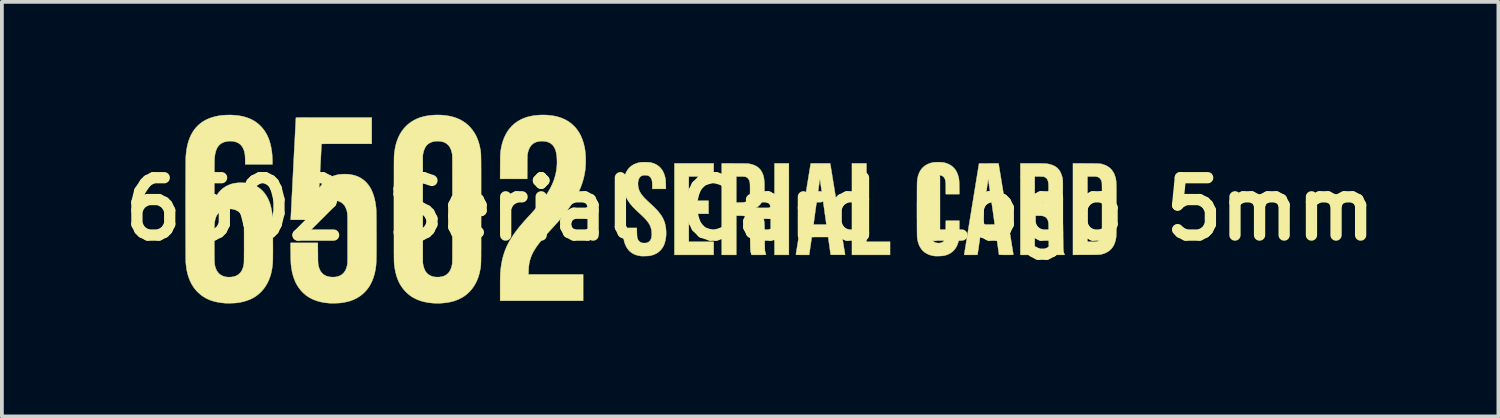
<source format=kicad_pcb>
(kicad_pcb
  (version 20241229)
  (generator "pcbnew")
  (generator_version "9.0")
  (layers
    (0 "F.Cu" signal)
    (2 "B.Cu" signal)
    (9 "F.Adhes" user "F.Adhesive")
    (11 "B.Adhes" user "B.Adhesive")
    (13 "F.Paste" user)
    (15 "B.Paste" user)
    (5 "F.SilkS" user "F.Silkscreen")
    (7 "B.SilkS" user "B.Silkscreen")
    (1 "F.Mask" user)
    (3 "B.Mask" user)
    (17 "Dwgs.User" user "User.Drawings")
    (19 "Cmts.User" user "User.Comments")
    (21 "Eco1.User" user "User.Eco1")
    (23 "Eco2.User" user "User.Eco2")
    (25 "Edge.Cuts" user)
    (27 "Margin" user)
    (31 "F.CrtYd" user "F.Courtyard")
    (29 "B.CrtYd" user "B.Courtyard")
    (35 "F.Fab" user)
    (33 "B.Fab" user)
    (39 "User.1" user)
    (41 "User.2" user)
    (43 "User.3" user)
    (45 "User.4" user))
  (footprint "6502 Serial Card Logo 5mm"
    (layer "F.Cu")
    (at 16.88 2.506)
    (property "Reference" "6502 Serial Card Logo 5mm" (at 0 0 0) (layer "F.SilkS") (effects (font (size 1.524 1.524) (thickness 0.3))))
    (attr through_hole)
    (fp_poly (pts (xy 1.029 1.215) (xy 0.648 1.215) (xy 0.648 -1.215) (xy 1.029 -1.215) (xy 1.029 1.215)) (stroke (width 0.01) (type solid)) (fill yes) (layer "F.SilkS"))
    (fp_poly (pts (xy 3.09 0.868) (xy 3.717 0.868) (xy 3.717 1.215) (xy 2.705 1.215) (xy 2.705 -1.215) (xy 3.09 -1.215) (xy 3.09 0.868)) (stroke (width 0.01) (type solid)) (fill yes) (layer "F.SilkS"))
    (fp_poly (pts (xy -0.969 -0.868) (xy -1.63 -0.868) (xy -1.63 -0.224) (xy -1.105 -0.224) (xy -1.105 0.123) (xy -1.63 0.123) (xy -1.63 0.868) (xy -0.969 0.868) (xy -0.969 1.215) (xy -2.011 1.215) (xy -2.011 -1.215) (xy -0.969 -1.215) (xy -0.969 -0.868)) (stroke (width 0.01) (type solid)) (fill yes) (layer "F.SilkS"))
    (fp_poly (pts (xy 2.324 -0.007) (xy 2.34 0.093) (xy 2.356 0.19) (xy 2.372 0.286) (xy 2.387 0.378) (xy 2.401 0.468) (xy 2.415 0.554) (xy 2.429 0.636) (xy 2.441 0.714) (xy 2.453 0.788) (xy 2.465 0.856) (xy 2.475 0.92) (xy 2.484 0.978) (xy 2.493 1.031) (xy 2.501 1.077) (xy 2.507 1.117) (xy 2.513 1.15) (xy 2.517 1.176) (xy 2.52 1.194) (xy 2.522 1.205) (xy 2.522 1.208) (xy 2.522 1.209) (xy 2.521 1.211) (xy 2.518 1.212) (xy 2.512 1.213) (xy 2.502 1.214) (xy 2.489 1.214) (xy 2.47 1.214) (xy 2.446 1.214) (xy 2.415 1.214) (xy 2.378 1.214) (xy 2.333 1.214) (xy 2.332 1.214) (xy 2.14 1.213) (xy 2.073 0.741) (xy 1.856 0.741) (xy 1.805 0.741) (xy 1.763 0.741) (xy 1.727 0.741) (xy 1.699 0.742) (xy 1.676 0.742) (xy 1.66 0.743) (xy 1.648 0.744) (xy 1.641 0.745) (xy 1.638 0.746) (xy 1.637 0.746) (xy 1.636 0.751) (xy 1.634 0.764) (xy 1.631 0.783) (xy 1.627 0.809) (xy 1.623 0.84) (xy 1.618 0.875) (xy 1.612 0.914) (xy 1.606 0.956) (xy 1.602 0.983) (xy 1.568 1.215) (xy 1.392 1.215) (xy 1.354 1.215) (xy 1.319 1.215) (xy 1.288 1.214) (xy 1.261 1.214) (xy 1.239 1.214) (xy 1.224 1.213) (xy 1.216 1.212) (xy 1.215 1.212) (xy 1.216 1.208) (xy 1.218 1.195) (xy 1.221 1.175) (xy 1.225 1.148) (xy 1.231 1.113) (xy 1.238 1.072) (xy 1.245 1.025) (xy 1.254 0.971) (xy 1.264 0.912) (xy 1.274 0.847) (xy 1.285 0.777) (xy 1.298 0.703) (xy 1.31 0.624) (xy 1.324 0.541) (xy 1.338 0.454) (xy 1.345 0.411) (xy 1.685 0.411) (xy 2.026 0.411) (xy 2.017 0.344) (xy 2.012 0.305) (xy 2.005 0.26) (xy 1.999 0.212) (xy 1.991 0.16) (xy 1.983 0.104) (xy 1.975 0.046) (xy 1.967 -0.014) (xy 1.958 -0.075) (xy 1.949 -0.137) (xy 1.94 -0.199) (xy 1.932 -0.262) (xy 1.923 -0.323) (xy 1.914 -0.383) (xy 1.906 -0.441) (xy 1.898 -0.497) (xy 1.891 -0.549) (xy 1.884 -0.598) (xy 1.877 -0.643) (xy 1.872 -0.683) (xy 1.867 -0.717) (xy 1.862 -0.746) (xy 1.859 -0.768) (xy 1.857 -0.783) (xy 1.856 -0.791) (xy 1.856 -0.791) (xy 1.852 -0.791) (xy 1.851 -0.79) (xy 1.851 -0.786) (xy 1.849 -0.774) (xy 1.846 -0.754) (xy 1.842 -0.728) (xy 1.837 -0.696) (xy 1.832 -0.658) (xy 1.826 -0.616) (xy 1.819 -0.569) (xy 1.812 -0.518) (xy 1.804 -0.464) (xy 1.796 -0.408) (xy 1.788 -0.349) (xy 1.78 -0.289) (xy 1.771 -0.228) (xy 1.763 -0.167) (xy 1.754 -0.106) (xy 1.746 -0.046) (xy 1.737 0.013) (xy 1.73 0.07) (xy 1.722 0.124) (xy 1.715 0.175) (xy 1.709 0.223) (xy 1.703 0.266) (xy 1.698 0.304) (xy 1.693 0.336) (xy 1.69 0.363) (xy 1.687 0.383) (xy 1.685 0.396) (xy 1.685 0.401) (xy 1.685 0.411) (xy 1.345 0.411) (xy 1.353 0.364) (xy 1.368 0.271) (xy 1.383 0.175) (xy 1.399 0.076) (xy 1.412 -0.000273) (xy 1.428 -0.1) (xy 1.444 -0.198) (xy 1.46 -0.293) (xy 1.475 -0.386) (xy 1.489 -0.475) (xy 1.503 -0.561) (xy 1.516 -0.643) (xy 1.529 -0.721) (xy 1.541 -0.795) (xy 1.552 -0.863) (xy 1.562 -0.927) (xy 1.572 -0.985) (xy 1.58 -1.037) (xy 1.588 -1.083) (xy 1.594 -1.123) (xy 1.6 -1.155) (xy 1.604 -1.181) (xy 1.607 -1.199) (xy 1.608 -1.21) (xy 1.609 -1.212) (xy 1.613 -1.213) (xy 1.625 -1.213) (xy 1.644 -1.214) (xy 1.669 -1.214) (xy 1.699 -1.214) (xy 1.735 -1.215) (xy 1.775 -1.215) (xy 1.818 -1.215) (xy 1.864 -1.215) (xy 2.127 -1.215) (xy 2.324 -0.007)) (stroke (width 0.01) (type solid)) (fill yes) (layer "F.SilkS"))
    (fp_poly (pts (xy 8.925 -1.214) (xy 8.99 -1.213) (xy 9.046 -1.213) (xy 9.096 -1.213) (xy 9.139 -1.212) (xy 9.176 -1.212) (xy 9.208 -1.211) (xy 9.235 -1.211) (xy 9.259 -1.209) (xy 9.278 -1.208) (xy 9.295 -1.207) (xy 9.31 -1.205) (xy 9.324 -1.202) (xy 9.336 -1.2) (xy 9.349 -1.196) (xy 9.362 -1.193) (xy 9.376 -1.188) (xy 9.385 -1.185) (xy 9.446 -1.163) (xy 9.501 -1.134) (xy 9.55 -1.098) (xy 9.594 -1.057) (xy 9.631 -1.009) (xy 9.663 -0.956) (xy 9.664 -0.955) (xy 9.674 -0.933) (xy 9.684 -0.905) (xy 9.695 -0.875) (xy 9.704 -0.845) (xy 9.711 -0.817) (xy 9.713 -0.809) (xy 9.715 -0.798) (xy 9.717 -0.787) (xy 9.719 -0.777) (xy 9.721 -0.767) (xy 9.722 -0.755) (xy 9.723 -0.743) (xy 9.725 -0.73) (xy 9.726 -0.714) (xy 9.727 -0.696) (xy 9.727 -0.675) (xy 9.728 -0.652) (xy 9.729 -0.624) (xy 9.729 -0.593) (xy 9.729 -0.557) (xy 9.73 -0.516) (xy 9.73 -0.47) (xy 9.73 -0.419) (xy 9.73 -0.361) (xy 9.73 -0.297) (xy 9.73 -0.225) (xy 9.73 -0.147) (xy 9.73 -0.061) (xy 9.73 0) (xy 9.73 0.092) (xy 9.73 0.175) (xy 9.73 0.251) (xy 9.73 0.32) (xy 9.73 0.382) (xy 9.73 0.437) (xy 9.73 0.487) (xy 9.73 0.531) (xy 9.729 0.57) (xy 9.729 0.604) (xy 9.728 0.634) (xy 9.728 0.66) (xy 9.727 0.683) (xy 9.726 0.703) (xy 9.725 0.72) (xy 9.724 0.735) (xy 9.723 0.748) (xy 9.722 0.759) (xy 9.72 0.77) (xy 9.718 0.781) (xy 9.716 0.791) (xy 9.714 0.801) (xy 9.713 0.809) (xy 9.707 0.834) (xy 9.698 0.863) (xy 9.688 0.894) (xy 9.677 0.923) (xy 9.667 0.947) (xy 9.664 0.955) (xy 9.632 1.008) (xy 9.595 1.056) (xy 9.551 1.097) (xy 9.502 1.133) (xy 9.447 1.162) (xy 9.387 1.185) (xy 9.385 1.185) (xy 9.37 1.19) (xy 9.357 1.194) (xy 9.344 1.198) (xy 9.332 1.201) (xy 9.319 1.203) (xy 9.305 1.205) (xy 9.29 1.207) (xy 9.272 1.209) (xy 9.251 1.21) (xy 9.226 1.211) (xy 9.197 1.212) (xy 9.164 1.212) (xy 9.124 1.213) (xy 9.079 1.213) (xy 9.027 1.213) (xy 8.967 1.214) (xy 8.925 1.214) (xy 8.577 1.215) (xy 8.577 -0.868) (xy 8.962 -0.868) (xy 8.962 0.868) (xy 9.075 0.868) (xy 9.112 0.868) (xy 9.141 0.867) (xy 9.165 0.867) (xy 9.183 0.866) (xy 9.197 0.864) (xy 9.208 0.862) (xy 9.213 0.861) (xy 9.248 0.849) (xy 9.278 0.832) (xy 9.301 0.809) (xy 9.32 0.78) (xy 9.335 0.745) (xy 9.342 0.717) (xy 9.343 0.713) (xy 9.344 0.707) (xy 9.345 0.701) (xy 9.345 0.693) (xy 9.346 0.683) (xy 9.346 0.671) (xy 9.347 0.657) (xy 9.347 0.639) (xy 9.348 0.618) (xy 9.348 0.593) (xy 9.348 0.564) (xy 9.349 0.53) (xy 9.349 0.491) (xy 9.349 0.446) (xy 9.349 0.396) (xy 9.349 0.34) (xy 9.349 0.277) (xy 9.349 0.206) (xy 9.349 0.129) (xy 9.349 0.043) (xy 9.349 0) (xy 9.349 -0.089) (xy 9.349 -0.171) (xy 9.349 -0.244) (xy 9.349 -0.311) (xy 9.349 -0.371) (xy 9.349 -0.424) (xy 9.349 -0.471) (xy 9.349 -0.512) (xy 9.349 -0.548) (xy 9.348 -0.58) (xy 9.348 -0.607) (xy 9.348 -0.629) (xy 9.347 -0.649) (xy 9.347 -0.665) (xy 9.346 -0.678) (xy 9.346 -0.688) (xy 9.345 -0.697) (xy 9.344 -0.704) (xy 9.343 -0.71) (xy 9.342 -0.715) (xy 9.342 -0.717) (xy 9.33 -0.758) (xy 9.314 -0.791) (xy 9.294 -0.817) (xy 9.268 -0.838) (xy 9.237 -0.854) (xy 9.213 -0.861) (xy 9.203 -0.863) (xy 9.19 -0.865) (xy 9.174 -0.866) (xy 9.153 -0.867) (xy 9.127 -0.868) (xy 9.094 -0.868) (xy 9.075 -0.868) (xy 8.962 -0.868) (xy 8.577 -0.868) (xy 8.577 -1.215) (xy 8.925 -1.214)) (stroke (width 0.01) (type solid)) (fill yes) (layer "F.SilkS"))
    (fp_poly (pts (xy -0.41 -1.214) (xy -0.347 -1.213) (xy -0.293 -1.213) (xy -0.246 -1.213) (xy -0.205 -1.213) (xy -0.171 -1.212) (xy -0.141 -1.212) (xy -0.117 -1.211) (xy -0.096 -1.211) (xy -0.08 -1.21) (xy -0.066 -1.209) (xy -0.054 -1.208) (xy -0.044 -1.207) (xy -0.035 -1.206) (xy -0.026 -1.205) (xy -0.019 -1.203) (xy 0.047 -1.188) (xy 0.105 -1.168) (xy 0.158 -1.143) (xy 0.203 -1.114) (xy 0.243 -1.079) (xy 0.278 -1.039) (xy 0.307 -0.994) (xy 0.315 -0.978) (xy 0.331 -0.943) (xy 0.345 -0.908) (xy 0.356 -0.87) (xy 0.365 -0.83) (xy 0.371 -0.786) (xy 0.376 -0.738) (xy 0.379 -0.684) (xy 0.38 -0.624) (xy 0.38 -0.557) (xy 0.38 -0.54) (xy 0.378 -0.488) (xy 0.377 -0.444) (xy 0.375 -0.408) (xy 0.372 -0.38) (xy 0.37 -0.369) (xy 0.357 -0.305) (xy 0.338 -0.247) (xy 0.314 -0.194) (xy 0.285 -0.147) (xy 0.25 -0.106) (xy 0.211 -0.072) (xy 0.167 -0.045) (xy 0.158 -0.04) (xy 0.142 -0.032) (xy 0.133 -0.026) (xy 0.132 -0.022) (xy 0.138 -0.019) (xy 0.141 -0.018) (xy 0.149 -0.015) (xy 0.162 -0.009) (xy 0.178 -0.002) (xy 0.188 0.004) (xy 0.21 0.015) (xy 0.228 0.027) (xy 0.245 0.042) (xy 0.261 0.057) (xy 0.287 0.086) (xy 0.309 0.117) (xy 0.327 0.153) (xy 0.343 0.193) (xy 0.356 0.238) (xy 0.367 0.291) (xy 0.375 0.343) (xy 0.377 0.354) (xy 0.378 0.367) (xy 0.379 0.384) (xy 0.38 0.404) (xy 0.381 0.429) (xy 0.381 0.458) (xy 0.382 0.493) (xy 0.383 0.533) (xy 0.384 0.58) (xy 0.384 0.634) (xy 0.385 0.695) (xy 0.385 0.739) (xy 0.386 0.794) (xy 0.387 0.847) (xy 0.387 0.897) (xy 0.388 0.943) (xy 0.389 0.985) (xy 0.39 1.022) (xy 0.39 1.053) (xy 0.391 1.078) (xy 0.392 1.095) (xy 0.393 1.105) (xy 0.393 1.107) (xy 0.399 1.133) (xy 0.405 1.158) (xy 0.411 1.18) (xy 0.417 1.195) (xy 0.421 1.205) (xy 0.423 1.212) (xy 0.423 1.213) (xy 0.419 1.213) (xy 0.408 1.214) (xy 0.389 1.214) (xy 0.365 1.214) (xy 0.335 1.215) (xy 0.301 1.215) (xy 0.264 1.215) (xy 0.23 1.215) (xy 0.036 1.215) (xy 0.026 1.18) (xy 0.021 1.161) (xy 0.016 1.141) (xy 0.013 1.126) (xy 0.012 1.124) (xy 0.01 1.11) (xy 0.008 1.087) (xy 0.007 1.057) (xy 0.005 1.02) (xy 0.004 0.975) (xy 0.003 0.925) (xy 0.002 0.868) (xy 0.001 0.805) (xy 0.000411 0.737) (xy 0.000167 0.664) (xy 0.000146 0.646) (xy 0.000066 0.589) (xy -0.000114 0.54) (xy -0.000442 0.498) (xy -0.001 0.462) (xy -0.002 0.431) (xy -0.003 0.406) (xy -0.004 0.384) (xy -0.006 0.366) (xy -0.008 0.35) (xy -0.011 0.336) (xy -0.014 0.323) (xy -0.017 0.31) (xy -0.021 0.299) (xy -0.037 0.264) (xy -0.058 0.234) (xy -0.085 0.211) (xy -0.119 0.194) (xy -0.159 0.182) (xy -0.18 0.178) (xy -0.195 0.177) (xy -0.216 0.175) (xy -0.242 0.174) (xy -0.27 0.174) (xy -0.29 0.174) (xy -0.368 0.174) (xy -0.368 1.215) (xy -0.754 1.215) (xy -0.754 -0.868) (xy -0.368 -0.868) (xy -0.368 -0.173) (xy -0.27 -0.175) (xy -0.233 -0.176) (xy -0.204 -0.177) (xy -0.181 -0.178) (xy -0.163 -0.18) (xy -0.15 -0.183) (xy -0.146 -0.184) (xy -0.109 -0.198) (xy -0.078 -0.217) (xy -0.052 -0.243) (xy -0.032 -0.274) (xy -0.017 -0.313) (xy -0.01 -0.339) (xy -0.008 -0.349) (xy -0.006 -0.361) (xy -0.005 -0.374) (xy -0.004 -0.39) (xy -0.003 -0.409) (xy -0.003 -0.434) (xy -0.002 -0.464) (xy -0.002 -0.501) (xy -0.002 -0.525) (xy -0.002 -0.567) (xy -0.003 -0.601) (xy -0.003 -0.629) (xy -0.004 -0.651) (xy -0.004 -0.669) (xy -0.006 -0.684) (xy -0.007 -0.697) (xy -0.009 -0.709) (xy -0.01 -0.713) (xy -0.021 -0.755) (xy -0.037 -0.79) (xy -0.057 -0.818) (xy -0.082 -0.839) (xy -0.099 -0.849) (xy -0.112 -0.854) (xy -0.125 -0.859) (xy -0.14 -0.862) (xy -0.157 -0.865) (xy -0.179 -0.866) (xy -0.206 -0.867) (xy -0.239 -0.868) (xy -0.267 -0.868) (xy -0.368 -0.868) (xy -0.754 -0.868) (xy -0.754 -1.215) (xy -0.41 -1.214)) (stroke (width 0.01) (type solid)) (fill yes) (layer "F.SilkS"))
    (fp_poly (pts (xy -5.364 -2.496) (xy -5.271 -2.485) (xy -5.181 -2.47) (xy -5.164 -2.466) (xy -5.072 -2.442) (xy -4.985 -2.41) (xy -4.904 -2.373) (xy -4.829 -2.329) (xy -4.758 -2.278) (xy -4.694 -2.221) (xy -4.634 -2.158) (xy -4.581 -2.089) (xy -4.533 -2.014) (xy -4.492 -1.933) (xy -4.456 -1.846) (xy -4.426 -1.754) (xy -4.402 -1.655) (xy -4.392 -1.603) (xy -4.379 -1.51) (xy -4.371 -1.413) (xy -4.368 -1.313) (xy -4.369 -1.213) (xy -4.375 -1.115) (xy -4.385 -1.02) (xy -4.39 -0.989) (xy -4.41 -0.882) (xy -4.436 -0.776) (xy -4.469 -0.671) (xy -4.508 -0.567) (xy -4.553 -0.463) (xy -4.606 -0.359) (xy -4.666 -0.253) (xy -4.733 -0.146) (xy -4.808 -0.037) (xy -4.835 0.001) (xy -4.879 0.059) (xy -4.923 0.117) (xy -4.969 0.174) (xy -5.017 0.233) (xy -5.068 0.294) (xy -5.124 0.357) (xy -5.184 0.424) (xy -5.249 0.496) (xy -5.283 0.533) (xy -5.331 0.585) (xy -5.373 0.631) (xy -5.411 0.673) (xy -5.445 0.711) (xy -5.475 0.746) (xy -5.504 0.778) (xy -5.53 0.81) (xy -5.555 0.84) (xy -5.579 0.871) (xy -5.599 0.896) (xy -5.653 0.967) (xy -5.7 1.036) (xy -5.741 1.101) (xy -5.776 1.165) (xy -5.805 1.228) (xy -5.83 1.291) (xy -5.85 1.355) (xy -5.865 1.421) (xy -5.867 1.429) (xy -5.872 1.458) (xy -5.877 1.488) (xy -5.88 1.519) (xy -5.883 1.553) (xy -5.885 1.591) (xy -5.887 1.637) (xy -5.887 1.644) (xy -5.89 1.736) (xy -4.437 1.736) (xy -4.437 2.434) (xy -6.642 2.434) (xy -6.642 2.105) (xy -6.642 2.037) (xy -6.642 1.976) (xy -6.642 1.923) (xy -6.641 1.875) (xy -6.641 1.833) (xy -6.64 1.796) (xy -6.639 1.763) (xy -6.638 1.733) (xy -6.637 1.705) (xy -6.635 1.68) (xy -6.633 1.655) (xy -6.631 1.63) (xy -6.628 1.605) (xy -6.627 1.594) (xy -6.609 1.465) (xy -6.585 1.341) (xy -6.554 1.223) (xy -6.516 1.11) (xy -6.472 1.002) (xy -6.422 0.899) (xy -6.411 0.88) (xy -6.373 0.814) (xy -6.333 0.749) (xy -6.29 0.684) (xy -6.243 0.618) (xy -6.193 0.551) (xy -6.138 0.482) (xy -6.079 0.41) (xy -6.014 0.335) (xy -5.944 0.256) (xy -5.893 0.201) (xy -5.814 0.115) (xy -5.742 0.035) (xy -5.676 -0.042) (xy -5.615 -0.114) (xy -5.559 -0.183) (xy -5.508 -0.249) (xy -5.462 -0.313) (xy -5.419 -0.374) (xy -5.38 -0.434) (xy -5.345 -0.493) (xy -5.312 -0.551) (xy -5.298 -0.578) (xy -5.249 -0.68) (xy -5.209 -0.784) (xy -5.177 -0.889) (xy -5.154 -0.996) (xy -5.138 -1.104) (xy -5.131 -1.214) (xy -5.131 -1.251) (xy -5.133 -1.333) (xy -5.138 -1.407) (xy -5.148 -1.474) (xy -5.161 -1.534) (xy -5.178 -1.588) (xy -5.2 -1.635) (xy -5.226 -1.676) (xy -5.256 -1.711) (xy -5.291 -1.74) (xy -5.33 -1.764) (xy -5.359 -1.777) (xy -5.407 -1.792) (xy -5.458 -1.802) (xy -5.512 -1.806) (xy -5.566 -1.805) (xy -5.618 -1.798) (xy -5.668 -1.787) (xy -5.714 -1.77) (xy -5.728 -1.763) (xy -5.769 -1.737) (xy -5.806 -1.705) (xy -5.837 -1.667) (xy -5.863 -1.623) (xy -5.885 -1.573) (xy -5.902 -1.515) (xy -5.911 -1.475) (xy -5.912 -1.466) (xy -5.914 -1.457) (xy -5.915 -1.447) (xy -5.916 -1.436) (xy -5.917 -1.424) (xy -5.918 -1.408) (xy -5.918 -1.39) (xy -5.919 -1.367) (xy -5.919 -1.34) (xy -5.92 -1.308) (xy -5.92 -1.27) (xy -5.921 -1.225) (xy -5.921 -1.173) (xy -5.921 -1.117) (xy -5.923 -0.804) (xy -6.643 -0.804) (xy -6.641 -1.131) (xy -6.641 -1.195) (xy -6.64 -1.25) (xy -6.64 -1.299) (xy -6.639 -1.341) (xy -6.639 -1.378) (xy -6.638 -1.41) (xy -6.637 -1.439) (xy -6.636 -1.463) (xy -6.634 -1.486) (xy -6.633 -1.506) (xy -6.63 -1.526) (xy -6.628 -1.545) (xy -6.625 -1.564) (xy -6.621 -1.585) (xy -6.617 -1.608) (xy -6.615 -1.623) (xy -6.593 -1.723) (xy -6.565 -1.817) (xy -6.531 -1.905) (xy -6.491 -1.988) (xy -6.446 -2.065) (xy -6.394 -2.136) (xy -6.337 -2.201) (xy -6.274 -2.26) (xy -6.205 -2.313) (xy -6.131 -2.359) (xy -6.052 -2.399) (xy -5.967 -2.432) (xy -5.915 -2.449) (xy -5.831 -2.469) (xy -5.743 -2.485) (xy -5.65 -2.495) (xy -5.555 -2.501) (xy -5.459 -2.501) (xy -5.364 -2.496)) (stroke (width 0.01) (type solid)) (fill yes) (layer "F.SilkS"))
    (fp_poly (pts (xy -2.792 -1.247) (xy -2.75 -1.246) (xy -2.716 -1.245) (xy -2.686 -1.243) (xy -2.66 -1.24) (xy -2.636 -1.236) (xy -2.613 -1.23) (xy -2.588 -1.223) (xy -2.58 -1.221) (xy -2.521 -1.198) (xy -2.467 -1.168) (xy -2.419 -1.132) (xy -2.376 -1.089) (xy -2.339 -1.041) (xy -2.308 -0.986) (xy -2.282 -0.925) (xy -2.278 -0.911) (xy -2.268 -0.879) (xy -2.26 -0.849) (xy -2.253 -0.819) (xy -2.248 -0.788) (xy -2.245 -0.754) (xy -2.243 -0.716) (xy -2.241 -0.672) (xy -2.241 -0.649) (xy -2.238 -0.538) (xy -2.599 -0.538) (xy -2.599 -0.619) (xy -2.6 -0.667) (xy -2.602 -0.708) (xy -2.606 -0.743) (xy -2.612 -0.772) (xy -2.62 -0.796) (xy -2.624 -0.807) (xy -2.643 -0.839) (xy -2.666 -0.864) (xy -2.693 -0.882) (xy -2.726 -0.894) (xy -2.764 -0.9) (xy -2.801 -0.901) (xy -2.835 -0.898) (xy -2.862 -0.892) (xy -2.886 -0.883) (xy -2.907 -0.869) (xy -2.917 -0.861) (xy -2.938 -0.837) (xy -2.955 -0.806) (xy -2.968 -0.77) (xy -2.976 -0.729) (xy -2.98 -0.686) (xy -2.979 -0.64) (xy -2.974 -0.596) (xy -2.966 -0.559) (xy -2.956 -0.523) (xy -2.943 -0.489) (xy -2.926 -0.454) (xy -2.906 -0.419) (xy -2.881 -0.384) (xy -2.852 -0.347) (xy -2.817 -0.307) (xy -2.777 -0.266) (xy -2.731 -0.221) (xy -2.679 -0.172) (xy -2.642 -0.138) (xy -2.576 -0.077) (xy -2.517 -0.019) (xy -2.465 0.036) (xy -2.42 0.089) (xy -2.38 0.141) (xy -2.346 0.191) (xy -2.318 0.242) (xy -2.294 0.293) (xy -2.274 0.345) (xy -2.259 0.399) (xy -2.251 0.436) (xy -2.238 0.517) (xy -2.232 0.598) (xy -2.232 0.678) (xy -2.239 0.756) (xy -2.252 0.832) (xy -2.271 0.902) (xy -2.272 0.906) (xy -2.292 0.959) (xy -2.317 1.006) (xy -2.346 1.05) (xy -2.381 1.091) (xy -2.381 1.092) (xy -2.423 1.131) (xy -2.468 1.165) (xy -2.518 1.192) (xy -2.572 1.214) (xy -2.633 1.232) (xy -2.654 1.237) (xy -2.671 1.24) (xy -2.688 1.242) (xy -2.709 1.244) (xy -2.733 1.245) (xy -2.763 1.246) (xy -2.792 1.247) (xy -2.82 1.247) (xy -2.846 1.247) (xy -2.869 1.247) (xy -2.886 1.247) (xy -2.897 1.247) (xy -2.9 1.246) (xy -2.909 1.245) (xy -2.923 1.242) (xy -2.941 1.239) (xy -2.95 1.238) (xy -3.015 1.223) (xy -3.075 1.201) (xy -3.129 1.173) (xy -3.179 1.138) (xy -3.222 1.096) (xy -3.261 1.048) (xy -3.294 0.994) (xy -3.321 0.934) (xy -3.342 0.87) (xy -3.349 0.843) (xy -3.354 0.817) (xy -3.359 0.79) (xy -3.362 0.761) (xy -3.365 0.729) (xy -3.367 0.692) (xy -3.368 0.649) (xy -3.369 0.621) (xy -3.371 0.5) (xy -3.011 0.5) (xy -3.009 0.613) (xy -3.007 0.658) (xy -3.006 0.695) (xy -3.004 0.724) (xy -3.001 0.744) (xy -3 0.751) (xy -2.989 0.789) (xy -2.975 0.82) (xy -2.958 0.844) (xy -2.937 0.865) (xy -2.91 0.881) (xy -2.9 0.886) (xy -2.886 0.892) (xy -2.874 0.896) (xy -2.86 0.899) (xy -2.842 0.9) (xy -2.827 0.901) (xy -2.799 0.901) (xy -2.774 0.9) (xy -2.756 0.898) (xy -2.719 0.886) (xy -2.688 0.867) (xy -2.662 0.842) (xy -2.642 0.812) (xy -2.627 0.774) (xy -2.623 0.755) (xy -2.615 0.697) (xy -2.614 0.636) (xy -2.619 0.576) (xy -2.631 0.516) (xy -2.649 0.46) (xy -2.672 0.411) (xy -2.697 0.37) (xy -2.73 0.325) (xy -2.769 0.277) (xy -2.816 0.228) (xy -2.869 0.176) (xy -2.889 0.157) (xy -2.941 0.11) (xy -2.986 0.068) (xy -3.026 0.03) (xy -3.061 -0.004) (xy -3.092 -0.036) (xy -3.12 -0.065) (xy -3.144 -0.093) (xy -3.167 -0.119) (xy -3.188 -0.145) (xy -3.208 -0.172) (xy -3.227 -0.2) (xy -3.235 -0.212) (xy -3.275 -0.278) (xy -3.306 -0.345) (xy -3.331 -0.416) (xy -3.348 -0.49) (xy -3.358 -0.568) (xy -3.361 -0.647) (xy -3.358 -0.727) (xy -3.35 -0.802) (xy -3.335 -0.87) (xy -3.315 -0.933) (xy -3.288 -0.991) (xy -3.256 -1.043) (xy -3.217 -1.091) (xy -3.187 -1.121) (xy -3.145 -1.154) (xy -3.099 -1.183) (xy -3.048 -1.206) (xy -2.991 -1.225) (xy -2.934 -1.239) (xy -2.92 -1.242) (xy -2.905 -1.244) (xy -2.887 -1.245) (xy -2.865 -1.246) (xy -2.837 -1.246) (xy -2.803 -1.247) (xy -2.792 -1.247)) (stroke (width 0.01) (type solid)) (fill yes) (layer "F.SilkS"))
    (fp_poly (pts (xy 7.56 -1.215) (xy 7.617 -1.215) (xy 7.667 -1.215) (xy 7.71 -1.214) (xy 7.748 -1.214) (xy 7.78 -1.213) (xy 7.809 -1.212) (xy 7.833 -1.211) (xy 7.854 -1.21) (xy 7.873 -1.208) (xy 7.89 -1.206) (xy 7.906 -1.203) (xy 7.922 -1.2) (xy 7.938 -1.197) (xy 7.945 -1.195) (xy 8.008 -1.178) (xy 8.064 -1.156) (xy 8.114 -1.128) (xy 8.158 -1.095) (xy 8.196 -1.056) (xy 8.228 -1.011) (xy 8.255 -0.959) (xy 8.277 -0.901) (xy 8.295 -0.836) (xy 8.298 -0.817) (xy 8.301 -0.805) (xy 8.303 -0.794) (xy 8.304 -0.782) (xy 8.305 -0.769) (xy 8.306 -0.754) (xy 8.307 -0.735) (xy 8.307 -0.713) (xy 8.308 -0.686) (xy 8.308 -0.653) (xy 8.308 -0.613) (xy 8.308 -0.584) (xy 8.308 -0.538) (xy 8.308 -0.5) (xy 8.307 -0.469) (xy 8.307 -0.443) (xy 8.306 -0.422) (xy 8.306 -0.404) (xy 8.305 -0.39) (xy 8.303 -0.377) (xy 8.301 -0.366) (xy 8.3 -0.358) (xy 8.285 -0.293) (xy 8.264 -0.234) (xy 8.238 -0.182) (xy 8.208 -0.136) (xy 8.171 -0.097) (xy 8.13 -0.065) (xy 8.093 -0.044) (xy 8.079 -0.036) (xy 8.068 -0.029) (xy 8.062 -0.025) (xy 8.062 -0.024) (xy 8.066 -0.021) (xy 8.076 -0.016) (xy 8.088 -0.011) (xy 8.132 0.009) (xy 8.171 0.036) (xy 8.205 0.069) (xy 8.234 0.109) (xy 8.259 0.155) (xy 8.279 0.209) (xy 8.285 0.229) (xy 8.289 0.246) (xy 8.293 0.262) (xy 8.296 0.278) (xy 8.299 0.293) (xy 8.302 0.309) (xy 8.304 0.327) (xy 8.306 0.347) (xy 8.308 0.369) (xy 8.309 0.395) (xy 8.31 0.425) (xy 8.311 0.459) (xy 8.312 0.499) (xy 8.312 0.545) (xy 8.313 0.597) (xy 8.314 0.657) (xy 8.314 0.718) (xy 8.315 0.785) (xy 8.316 0.844) (xy 8.316 0.896) (xy 8.317 0.941) (xy 8.318 0.98) (xy 8.319 1.014) (xy 8.32 1.043) (xy 8.321 1.068) (xy 8.323 1.089) (xy 8.325 1.107) (xy 8.327 1.123) (xy 8.33 1.137) (xy 8.333 1.15) (xy 8.337 1.162) (xy 8.341 1.175) (xy 8.345 1.187) (xy 8.356 1.215) (xy 7.968 1.215) (xy 7.961 1.194) (xy 7.957 1.18) (xy 7.952 1.161) (xy 7.947 1.141) (xy 7.945 1.134) (xy 7.944 1.126) (xy 7.942 1.119) (xy 7.941 1.111) (xy 7.94 1.101) (xy 7.939 1.089) (xy 7.938 1.075) (xy 7.938 1.058) (xy 7.937 1.037) (xy 7.936 1.012) (xy 7.936 0.982) (xy 7.935 0.946) (xy 7.935 0.905) (xy 7.934 0.856) (xy 7.934 0.801) (xy 7.933 0.737) (xy 7.933 0.737) (xy 7.933 0.671) (xy 7.932 0.614) (xy 7.931 0.564) (xy 7.931 0.52) (xy 7.93 0.483) (xy 7.93 0.451) (xy 7.929 0.424) (xy 7.928 0.401) (xy 7.927 0.382) (xy 7.925 0.366) (xy 7.924 0.352) (xy 7.922 0.34) (xy 7.92 0.33) (xy 7.917 0.321) (xy 7.914 0.311) (xy 7.911 0.301) (xy 7.91 0.298) (xy 7.895 0.264) (xy 7.875 0.236) (xy 7.849 0.213) (xy 7.817 0.195) (xy 7.783 0.184) (xy 7.771 0.181) (xy 7.757 0.179) (xy 7.738 0.177) (xy 7.713 0.176) (xy 7.682 0.175) (xy 7.659 0.175) (xy 7.561 0.173) (xy 7.561 1.215) (xy 7.18 1.215) (xy 7.18 -0.173) (xy 7.561 -0.173) (xy 7.661 -0.175) (xy 7.701 -0.176) (xy 7.734 -0.177) (xy 7.758 -0.179) (xy 7.775 -0.181) (xy 7.783 -0.183) (xy 7.821 -0.198) (xy 7.853 -0.217) (xy 7.879 -0.242) (xy 7.899 -0.274) (xy 7.915 -0.312) (xy 7.917 -0.32) (xy 7.92 -0.33) (xy 7.921 -0.339) (xy 7.923 -0.35) (xy 7.924 -0.362) (xy 7.925 -0.378) (xy 7.926 -0.398) (xy 7.927 -0.423) (xy 7.927 -0.454) (xy 7.928 -0.492) (xy 7.928 -0.505) (xy 7.928 -0.547) (xy 7.929 -0.583) (xy 7.929 -0.612) (xy 7.928 -0.636) (xy 7.927 -0.655) (xy 7.926 -0.672) (xy 7.925 -0.686) (xy 7.923 -0.698) (xy 7.915 -0.739) (xy 7.903 -0.773) (xy 7.888 -0.801) (xy 7.869 -0.824) (xy 7.845 -0.841) (xy 7.815 -0.856) (xy 7.815 -0.856) (xy 7.808 -0.859) (xy 7.8 -0.861) (xy 7.791 -0.863) (xy 7.78 -0.864) (xy 7.765 -0.865) (xy 7.746 -0.866) (xy 7.72 -0.866) (xy 7.688 -0.867) (xy 7.676 -0.867) (xy 7.561 -0.869) (xy 7.561 -0.173) (xy 7.18 -0.173) (xy 7.18 -1.215) (xy 7.495 -1.215) (xy 7.56 -1.215)) (stroke (width 0.01) (type solid)) (fill yes) (layer "F.SilkS"))
    (fp_poly (pts (xy 6.601 -1.203) (xy 6.602 -1.198) (xy 6.605 -1.184) (xy 6.608 -1.163) (xy 6.613 -1.135) (xy 6.618 -1.1) (xy 6.625 -1.059) (xy 6.633 -1.012) (xy 6.641 -0.96) (xy 6.651 -0.902) (xy 6.661 -0.84) (xy 6.672 -0.774) (xy 6.683 -0.703) (xy 6.695 -0.63) (xy 6.708 -0.553) (xy 6.721 -0.473) (xy 6.734 -0.391) (xy 6.748 -0.308) (xy 6.761 -0.223) (xy 6.775 -0.137) (xy 6.79 -0.05) (xy 6.804 0.037) (xy 6.818 0.124) (xy 6.832 0.211) (xy 6.846 0.296) (xy 6.859 0.38) (xy 6.873 0.462) (xy 6.886 0.542) (xy 6.898 0.62) (xy 6.91 0.694) (xy 6.922 0.765) (xy 6.933 0.833) (xy 6.943 0.896) (xy 6.952 0.954) (xy 6.961 1.008) (xy 6.969 1.056) (xy 6.976 1.098) (xy 6.982 1.134) (xy 6.986 1.164) (xy 6.99 1.187) (xy 6.992 1.202) (xy 6.993 1.209) (xy 6.993 1.21) (xy 6.992 1.211) (xy 6.986 1.212) (xy 6.976 1.213) (xy 6.962 1.214) (xy 6.941 1.214) (xy 6.914 1.215) (xy 6.881 1.215) (xy 6.84 1.215) (xy 6.803 1.215) (xy 6.76 1.215) (xy 6.722 1.215) (xy 6.688 1.214) (xy 6.659 1.214) (xy 6.637 1.213) (xy 6.621 1.212) (xy 6.613 1.212) (xy 6.612 1.211) (xy 6.612 1.206) (xy 6.61 1.194) (xy 6.608 1.175) (xy 6.604 1.151) (xy 6.6 1.122) (xy 6.595 1.09) (xy 6.59 1.054) (xy 6.585 1.017) (xy 6.58 0.979) (xy 6.574 0.941) (xy 6.569 0.904) (xy 6.564 0.87) (xy 6.559 0.838) (xy 6.555 0.809) (xy 6.551 0.786) (xy 6.549 0.768) (xy 6.547 0.757) (xy 6.547 0.755) (xy 6.544 0.741) (xy 6.327 0.741) (xy 6.274 0.741) (xy 6.229 0.741) (xy 6.19 0.742) (xy 6.159 0.742) (xy 6.135 0.743) (xy 6.118 0.744) (xy 6.11 0.744) (xy 6.109 0.745) (xy 6.108 0.75) (xy 6.106 0.762) (xy 6.104 0.782) (xy 6.1 0.807) (xy 6.096 0.838) (xy 6.091 0.873) (xy 6.085 0.912) (xy 6.079 0.953) (xy 6.075 0.981) (xy 6.069 1.024) (xy 6.063 1.065) (xy 6.057 1.102) (xy 6.052 1.135) (xy 6.048 1.164) (xy 6.045 1.186) (xy 6.043 1.203) (xy 6.041 1.212) (xy 6.041 1.214) (xy 6.037 1.214) (xy 6.025 1.214) (xy 6.007 1.214) (xy 5.983 1.215) (xy 5.953 1.215) (xy 5.92 1.215) (xy 5.884 1.215) (xy 5.864 1.215) (xy 5.687 1.215) (xy 5.689 1.203) (xy 5.689 1.198) (xy 5.691 1.185) (xy 5.695 1.164) (xy 5.699 1.136) (xy 5.705 1.101) (xy 5.712 1.059) (xy 5.72 1.011) (xy 5.729 0.957) (xy 5.738 0.897) (xy 5.749 0.831) (xy 5.76 0.761) (xy 5.773 0.686) (xy 5.785 0.607) (xy 5.799 0.523) (xy 5.813 0.436) (xy 5.817 0.411) (xy 6.154 0.411) (xy 6.326 0.411) (xy 6.363 0.411) (xy 6.398 0.41) (xy 6.429 0.41) (xy 6.455 0.41) (xy 6.476 0.409) (xy 6.49 0.408) (xy 6.497 0.408) (xy 6.498 0.407) (xy 6.498 0.402) (xy 6.496 0.389) (xy 6.493 0.369) (xy 6.489 0.342) (xy 6.485 0.31) (xy 6.479 0.271) (xy 6.473 0.228) (xy 6.467 0.181) (xy 6.459 0.13) (xy 6.452 0.075) (xy 6.444 0.019) (xy 6.435 -0.04) (xy 6.427 -0.1) (xy 6.418 -0.162) (xy 6.409 -0.223) (xy 6.4 -0.284) (xy 6.392 -0.344) (xy 6.383 -0.403) (xy 6.375 -0.46) (xy 6.367 -0.514) (xy 6.36 -0.565) (xy 6.353 -0.612) (xy 6.347 -0.655) (xy 6.341 -0.694) (xy 6.337 -0.726) (xy 6.333 -0.753) (xy 6.33 -0.773) (xy 6.328 -0.786) (xy 6.327 -0.791) (xy 6.327 -0.791) (xy 6.323 -0.791) (xy 6.323 -0.791) (xy 6.322 -0.787) (xy 6.32 -0.775) (xy 6.317 -0.755) (xy 6.314 -0.728) (xy 6.309 -0.695) (xy 6.303 -0.656) (xy 6.297 -0.612) (xy 6.29 -0.562) (xy 6.283 -0.508) (xy 6.274 -0.449) (xy 6.266 -0.387) (xy 6.257 -0.322) (xy 6.247 -0.254) (xy 6.24 -0.203) (xy 6.231 -0.134) (xy 6.221 -0.066) (xy 6.212 -0.001) (xy 6.204 0.061) (xy 6.196 0.119) (xy 6.188 0.173) (xy 6.181 0.222) (xy 6.175 0.266) (xy 6.17 0.305) (xy 6.165 0.337) (xy 6.162 0.363) (xy 6.159 0.382) (xy 6.157 0.394) (xy 6.157 0.397) (xy 6.154 0.411) (xy 5.817 0.411) (xy 5.828 0.346) (xy 5.843 0.253) (xy 5.859 0.157) (xy 5.875 0.058) (xy 5.886 -0.011) (xy 6.082 -1.213) (xy 6.34 -1.214) (xy 6.599 -1.215) (xy 6.601 -1.203)) (stroke (width 0.01) (type solid)) (fill yes) (layer "F.SilkS"))
    (fp_poly (pts (xy 5.047 -1.246) (xy 5.08 -1.245) (xy 5.11 -1.243) (xy 5.133 -1.24) (xy 5.137 -1.239) (xy 5.204 -1.222) (xy 5.266 -1.198) (xy 5.322 -1.168) (xy 5.372 -1.133) (xy 5.416 -1.091) (xy 5.455 -1.043) (xy 5.487 -0.989) (xy 5.513 -0.929) (xy 5.533 -0.866) (xy 5.538 -0.844) (xy 5.542 -0.824) (xy 5.546 -0.805) (xy 5.549 -0.784) (xy 5.551 -0.762) (xy 5.553 -0.737) (xy 5.554 -0.708) (xy 5.556 -0.674) (xy 5.556 -0.633) (xy 5.557 -0.586) (xy 5.557 -0.573) (xy 5.559 -0.398) (xy 5.199 -0.398) (xy 5.198 -0.53) (xy 5.198 -0.566) (xy 5.198 -0.601) (xy 5.197 -0.634) (xy 5.197 -0.664) (xy 5.196 -0.689) (xy 5.195 -0.707) (xy 5.194 -0.71) (xy 5.188 -0.754) (xy 5.179 -0.791) (xy 5.165 -0.822) (xy 5.147 -0.848) (xy 5.125 -0.868) (xy 5.104 -0.882) (xy 5.082 -0.891) (xy 5.056 -0.897) (xy 5.025 -0.9) (xy 5.017 -0.901) (xy 4.973 -0.9) (xy 4.935 -0.893) (xy 4.903 -0.88) (xy 4.876 -0.861) (xy 4.854 -0.835) (xy 4.837 -0.802) (xy 4.823 -0.762) (xy 4.823 -0.76) (xy 4.822 -0.756) (xy 4.821 -0.751) (xy 4.82 -0.745) (xy 4.82 -0.738) (xy 4.819 -0.73) (xy 4.818 -0.719) (xy 4.818 -0.705) (xy 4.817 -0.689) (xy 4.817 -0.669) (xy 4.817 -0.646) (xy 4.816 -0.618) (xy 4.816 -0.586) (xy 4.816 -0.549) (xy 4.816 -0.507) (xy 4.816 -0.46) (xy 4.816 -0.406) (xy 4.816 -0.346) (xy 4.815 -0.279) (xy 4.815 -0.205) (xy 4.815 -0.123) (xy 4.815 -0.033) (xy 4.815 -0.004) (xy 4.815 0.09) (xy 4.815 0.176) (xy 4.815 0.254) (xy 4.815 0.325) (xy 4.816 0.389) (xy 4.816 0.446) (xy 4.816 0.498) (xy 4.816 0.543) (xy 4.816 0.584) (xy 4.817 0.619) (xy 4.817 0.65) (xy 4.818 0.676) (xy 4.819 0.699) (xy 4.82 0.718) (xy 4.821 0.734) (xy 4.822 0.748) (xy 4.823 0.759) (xy 4.825 0.768) (xy 4.827 0.776) (xy 4.828 0.783) (xy 4.831 0.789) (xy 4.833 0.794) (xy 4.836 0.8) (xy 4.838 0.806) (xy 4.838 0.806) (xy 4.856 0.838) (xy 4.879 0.863) (xy 4.907 0.882) (xy 4.94 0.894) (xy 4.979 0.901) (xy 5.006 0.902) (xy 5.049 0.899) (xy 5.086 0.89) (xy 5.117 0.874) (xy 5.143 0.853) (xy 5.164 0.825) (xy 5.172 0.809) (xy 5.177 0.798) (xy 5.181 0.788) (xy 5.185 0.777) (xy 5.188 0.766) (xy 5.19 0.752) (xy 5.192 0.737) (xy 5.193 0.717) (xy 5.194 0.694) (xy 5.195 0.665) (xy 5.196 0.631) (xy 5.197 0.59) (xy 5.197 0.542) (xy 5.197 0.522) (xy 5.199 0.309) (xy 5.559 0.309) (xy 5.557 0.528) (xy 5.557 0.581) (xy 5.556 0.627) (xy 5.556 0.666) (xy 5.555 0.7) (xy 5.554 0.728) (xy 5.552 0.752) (xy 5.55 0.774) (xy 5.548 0.793) (xy 5.545 0.81) (xy 5.542 0.828) (xy 5.538 0.845) (xy 5.533 0.864) (xy 5.533 0.866) (xy 5.512 0.931) (xy 5.486 0.99) (xy 5.453 1.044) (xy 5.415 1.092) (xy 5.371 1.134) (xy 5.321 1.17) (xy 5.266 1.199) (xy 5.22 1.217) (xy 5.191 1.226) (xy 5.165 1.233) (xy 5.14 1.238) (xy 5.113 1.242) (xy 5.084 1.244) (xy 5.049 1.246) (xy 5.012 1.247) (xy 4.984 1.247) (xy 4.957 1.247) (xy 4.934 1.247) (xy 4.916 1.247) (xy 4.905 1.246) (xy 4.902 1.246) (xy 4.831 1.234) (xy 4.766 1.215) (xy 4.707 1.19) (xy 4.653 1.159) (xy 4.605 1.122) (xy 4.563 1.078) (xy 4.527 1.028) (xy 4.496 0.973) (xy 4.472 0.911) (xy 4.453 0.844) (xy 4.44 0.77) (xy 4.437 0.734) (xy 4.436 0.723) (xy 4.436 0.705) (xy 4.435 0.678) (xy 4.435 0.645) (xy 4.434 0.606) (xy 4.434 0.561) (xy 4.434 0.511) (xy 4.433 0.457) (xy 4.433 0.398) (xy 4.433 0.336) (xy 4.433 0.272) (xy 4.432 0.205) (xy 4.432 0.137) (xy 4.432 0.067) (xy 4.432 -0.003) (xy 4.432 -0.073) (xy 4.432 -0.143) (xy 4.433 -0.211) (xy 4.433 -0.278) (xy 4.433 -0.342) (xy 4.433 -0.404) (xy 4.433 -0.462) (xy 4.434 -0.516) (xy 4.434 -0.565) (xy 4.434 -0.61) (xy 4.435 -0.648) (xy 4.435 -0.681) (xy 4.436 -0.706) (xy 4.436 -0.725) (xy 4.437 -0.734) (xy 4.446 -0.811) (xy 4.462 -0.881) (xy 4.484 -0.945) (xy 4.511 -1.003) (xy 4.545 -1.056) (xy 4.585 -1.102) (xy 4.63 -1.142) (xy 4.681 -1.176) (xy 4.739 -1.204) (xy 4.802 -1.226) (xy 4.854 -1.239) (xy 4.875 -1.242) (xy 4.904 -1.245) (xy 4.937 -1.246) (xy 4.973 -1.247) (xy 5.01 -1.247) (xy 5.047 -1.246)) (stroke (width 0.01) (type solid)) (fill yes) (layer "F.SilkS"))
    (fp_poly (pts (xy -8.248 -2.501) (xy -8.152 -2.495) (xy -8.058 -2.484) (xy -7.968 -2.468) (xy -7.882 -2.446) (xy -7.801 -2.419) (xy -7.785 -2.413) (xy -7.703 -2.376) (xy -7.626 -2.332) (xy -7.554 -2.282) (xy -7.487 -2.225) (xy -7.426 -2.162) (xy -7.371 -2.093) (xy -7.321 -2.019) (xy -7.277 -1.939) (xy -7.24 -1.854) (xy -7.209 -1.764) (xy -7.184 -1.669) (xy -7.174 -1.617) (xy -7.172 -1.604) (xy -7.169 -1.593) (xy -7.167 -1.582) (xy -7.165 -1.572) (xy -7.164 -1.562) (xy -7.162 -1.552) (xy -7.16 -1.542) (xy -7.159 -1.531) (xy -7.158 -1.52) (xy -7.156 -1.507) (xy -7.155 -1.493) (xy -7.154 -1.477) (xy -7.153 -1.459) (xy -7.153 -1.439) (xy -7.152 -1.416) (xy -7.151 -1.39) (xy -7.151 -1.362) (xy -7.15 -1.33) (xy -7.15 -1.294) (xy -7.149 -1.254) (xy -7.149 -1.21) (xy -7.149 -1.162) (xy -7.149 -1.109) (xy -7.148 -1.05) (xy -7.148 -0.986) (xy -7.148 -0.917) (xy -7.148 -0.842) (xy -7.148 -0.76) (xy -7.148 -0.672) (xy -7.148 -0.577) (xy -7.148 -0.475) (xy -7.148 -0.366) (xy -7.148 -0.249) (xy -7.148 -0.124) (xy -7.148 0) (xy -7.148 0.133) (xy -7.148 0.257) (xy -7.148 0.373) (xy -7.148 0.482) (xy -7.148 0.584) (xy -7.148 0.678) (xy -7.148 0.766) (xy -7.148 0.847) (xy -7.148 0.922) (xy -7.148 0.991) (xy -7.148 1.054) (xy -7.149 1.112) (xy -7.149 1.165) (xy -7.149 1.213) (xy -7.149 1.257) (xy -7.15 1.297) (xy -7.15 1.332) (xy -7.151 1.364) (xy -7.151 1.392) (xy -7.152 1.418) (xy -7.153 1.44) (xy -7.154 1.46) (xy -7.154 1.478) (xy -7.155 1.494) (xy -7.157 1.508) (xy -7.158 1.52) (xy -7.159 1.532) (xy -7.161 1.543) (xy -7.162 1.553) (xy -7.164 1.563) (xy -7.166 1.573) (xy -7.167 1.583) (xy -7.169 1.594) (xy -7.172 1.605) (xy -7.174 1.617) (xy -7.195 1.715) (xy -7.223 1.808) (xy -7.257 1.896) (xy -7.298 1.979) (xy -7.344 2.056) (xy -7.397 2.128) (xy -7.455 2.193) (xy -7.519 2.253) (xy -7.588 2.307) (xy -7.662 2.354) (xy -7.742 2.394) (xy -7.827 2.428) (xy -7.877 2.445) (xy -7.961 2.466) (xy -8.051 2.483) (xy -8.145 2.494) (xy -8.241 2.501) (xy -8.338 2.502) (xy -8.435 2.497) (xy -8.539 2.486) (xy -8.638 2.468) (xy -8.732 2.444) (xy -8.821 2.413) (xy -8.904 2.376) (xy -8.982 2.332) (xy -9.054 2.282) (xy -9.121 2.225) (xy -9.182 2.162) (xy -9.238 2.092) (xy -9.261 2.06) (xy -9.304 1.991) (xy -9.341 1.918) (xy -9.373 1.841) (xy -9.4 1.759) (xy -9.422 1.671) (xy -9.44 1.578) (xy -9.454 1.477) (xy -9.456 1.459) (xy -9.457 1.452) (xy -9.457 1.445) (xy -9.458 1.436) (xy -9.459 1.427) (xy -9.459 1.416) (xy -9.46 1.404) (xy -9.46 1.39) (xy -9.461 1.374) (xy -9.461 1.355) (xy -9.461 1.334) (xy -9.462 1.31) (xy -9.462 1.282) (xy -9.462 1.251) (xy -9.462 1.216) (xy -9.463 1.177) (xy -9.463 1.133) (xy -9.463 1.085) (xy -9.463 1.032) (xy -9.463 0.973) (xy -9.463 0.909) (xy -9.463 0.839) (xy -9.463 0.763) (xy -9.463 0.681) (xy -9.464 0.592) (xy -9.464 0.496) (xy -9.464 0.393) (xy -9.464 0.282) (xy -9.464 0.163) (xy -9.464 0.036) (xy -9.464 0) (xy -9.464 -0.129) (xy -9.464 -0.25) (xy -9.464 -0.363) (xy -9.464 -0.468) (xy -9.464 -0.566) (xy -9.464 -0.657) (xy -9.463 -0.741) (xy -9.463 -0.819) (xy -9.463 -0.891) (xy -9.463 -0.956) (xy -9.463 -1.016) (xy -9.463 -1.071) (xy -9.463 -1.121) (xy -9.463 -1.165) (xy -9.462 -1.206) (xy -9.462 -1.242) (xy -9.462 -1.274) (xy -9.462 -1.303) (xy -9.461 -1.328) (xy -9.461 -1.35) (xy -9.461 -1.369) (xy -9.46 -1.386) (xy -9.46 -1.401) (xy -9.459 -1.413) (xy -9.459 -1.424) (xy -9.458 -1.429) (xy -8.697 -1.429) (xy -8.697 1.429) (xy -8.688 1.477) (xy -8.674 1.538) (xy -8.656 1.591) (xy -8.634 1.637) (xy -8.608 1.677) (xy -8.605 1.681) (xy -8.572 1.716) (xy -8.532 1.746) (xy -8.488 1.771) (xy -8.438 1.789) (xy -8.385 1.801) (xy -8.327 1.806) (xy -8.267 1.805) (xy -8.244 1.803) (xy -8.187 1.793) (xy -8.136 1.778) (xy -8.09 1.756) (xy -8.049 1.728) (xy -8.014 1.693) (xy -7.984 1.652) (xy -7.958 1.604) (xy -7.938 1.55) (xy -7.922 1.488) (xy -7.917 1.465) (xy -7.917 1.461) (xy -7.916 1.456) (xy -7.915 1.45) (xy -7.915 1.443) (xy -7.914 1.435) (xy -7.914 1.424) (xy -7.913 1.412) (xy -7.913 1.397) (xy -7.913 1.38) (xy -7.912 1.359) (xy -7.912 1.336) (xy -7.912 1.309) (xy -7.911 1.279) (xy -7.911 1.244) (xy -7.911 1.205) (xy -7.911 1.162) (xy -7.911 1.114) (xy -7.911 1.061) (xy -7.91 1.002) (xy -7.91 0.938) (xy -7.91 0.868) (xy -7.91 0.792) (xy -7.91 0.709) (xy -7.91 0.62) (xy -7.91 0.524) (xy -7.91 0.42) (xy -7.91 0.309) (xy -7.91 0.19) (xy -7.91 0.063) (xy -7.91 0) (xy -7.91 -0.131) (xy -7.91 -0.253) (xy -7.91 -0.368) (xy -7.91 -0.475) (xy -7.91 -0.575) (xy -7.91 -0.668) (xy -7.91 -0.753) (xy -7.91 -0.833) (xy -7.91 -0.905) (xy -7.91 -0.972) (xy -7.91 -1.033) (xy -7.911 -1.089) (xy -7.911 -1.14) (xy -7.911 -1.185) (xy -7.911 -1.226) (xy -7.911 -1.263) (xy -7.912 -1.295) (xy -7.912 -1.324) (xy -7.912 -1.349) (xy -7.912 -1.37) (xy -7.913 -1.389) (xy -7.913 -1.405) (xy -7.914 -1.419) (xy -7.914 -1.43) (xy -7.915 -1.439) (xy -7.915 -1.447) (xy -7.916 -1.453) (xy -7.916 -1.459) (xy -7.917 -1.463) (xy -7.917 -1.465) (xy -7.932 -1.529) (xy -7.95 -1.586) (xy -7.974 -1.636) (xy -8.002 -1.679) (xy -8.035 -1.716) (xy -8.074 -1.746) (xy -8.117 -1.77) (xy -8.166 -1.788) (xy -8.221 -1.8) (xy -8.255 -1.804) (xy -8.311 -1.806) (xy -8.365 -1.803) (xy -8.418 -1.794) (xy -8.467 -1.779) (xy -8.509 -1.76) (xy -8.549 -1.735) (xy -8.584 -1.704) (xy -8.615 -1.668) (xy -8.64 -1.625) (xy -8.661 -1.577) (xy -8.678 -1.521) (xy -8.688 -1.477) (xy -8.697 -1.429) (xy -9.458 -1.429) (xy -9.458 -1.434) (xy -9.458 -1.442) (xy -9.457 -1.45) (xy -9.456 -1.457) (xy -9.456 -1.459) (xy -9.446 -1.54) (xy -9.434 -1.615) (xy -9.42 -1.685) (xy -9.402 -1.751) (xy -9.383 -1.811) (xy -9.349 -1.9) (xy -9.308 -1.983) (xy -9.261 -2.061) (xy -9.208 -2.132) (xy -9.149 -2.198) (xy -9.084 -2.258) (xy -9.014 -2.311) (xy -8.938 -2.358) (xy -8.858 -2.398) (xy -8.772 -2.432) (xy -8.681 -2.458) (xy -8.632 -2.47) (xy -8.538 -2.486) (xy -8.442 -2.496) (xy -8.345 -2.501) (xy -8.248 -2.501)) (stroke (width 0.01) (type solid)) (fill yes) (layer "F.SilkS"))
    (fp_poly (pts (xy -10.054 -1.736) (xy -10.721 -1.736) (xy -10.795 -1.736) (xy -10.867 -1.736) (xy -10.937 -1.736) (xy -11.003 -1.735) (xy -11.065 -1.735) (xy -11.123 -1.735) (xy -11.177 -1.735) (xy -11.226 -1.735) (xy -11.269 -1.735) (xy -11.306 -1.734) (xy -11.337 -1.734) (xy -11.361 -1.734) (xy -11.377 -1.734) (xy -11.386 -1.733) (xy -11.388 -1.733) (xy -11.388 -1.728) (xy -11.389 -1.715) (xy -11.39 -1.695) (xy -11.391 -1.668) (xy -11.393 -1.635) (xy -11.395 -1.596) (xy -11.397 -1.553) (xy -11.4 -1.505) (xy -11.402 -1.454) (xy -11.405 -1.4) (xy -11.408 -1.344) (xy -11.411 -1.285) (xy -11.415 -1.226) (xy -11.418 -1.166) (xy -11.421 -1.106) (xy -11.424 -1.046) (xy -11.427 -0.988) (xy -11.431 -0.932) (xy -11.433 -0.878) (xy -11.436 -0.827) (xy -11.439 -0.78) (xy -11.441 -0.737) (xy -11.443 -0.699) (xy -11.445 -0.666) (xy -11.447 -0.639) (xy -11.448 -0.619) (xy -11.448 -0.607) (xy -11.449 -0.602) (xy -11.449 -0.586) (xy -11.447 -0.578) (xy -11.443 -0.576) (xy -11.435 -0.581) (xy -11.425 -0.594) (xy -11.411 -0.615) (xy -11.41 -0.616) (xy -11.363 -0.678) (xy -11.312 -0.734) (xy -11.255 -0.783) (xy -11.193 -0.825) (xy -11.126 -0.86) (xy -11.055 -0.888) (xy -10.978 -0.91) (xy -10.916 -0.922) (xy -10.887 -0.925) (xy -10.852 -0.927) (xy -10.812 -0.929) (xy -10.771 -0.929) (xy -10.73 -0.929) (xy -10.69 -0.927) (xy -10.655 -0.925) (xy -10.63 -0.921) (xy -10.564 -0.909) (xy -10.503 -0.894) (xy -10.447 -0.875) (xy -10.393 -0.851) (xy -10.384 -0.847) (xy -10.319 -0.809) (xy -10.259 -0.765) (xy -10.203 -0.714) (xy -10.153 -0.656) (xy -10.107 -0.592) (xy -10.067 -0.521) (xy -10.032 -0.443) (xy -10.002 -0.359) (xy -9.977 -0.269) (xy -9.957 -0.172) (xy -9.953 -0.145) (xy -9.95 -0.126) (xy -9.947 -0.107) (xy -9.945 -0.09) (xy -9.942 -0.072) (xy -9.94 -0.055) (xy -9.939 -0.036) (xy -9.937 -0.017) (xy -9.936 0.004) (xy -9.934 0.028) (xy -9.933 0.054) (xy -9.933 0.083) (xy -9.932 0.116) (xy -9.931 0.153) (xy -9.931 0.194) (xy -9.93 0.241) (xy -9.93 0.293) (xy -9.929 0.352) (xy -9.929 0.417) (xy -9.929 0.489) (xy -9.929 0.569) (xy -9.928 0.639) (xy -9.928 0.738) (xy -9.928 0.829) (xy -9.928 0.912) (xy -9.928 0.988) (xy -9.928 1.058) (xy -9.928 1.121) (xy -9.929 1.178) (xy -9.929 1.23) (xy -9.93 1.277) (xy -9.931 1.32) (xy -9.932 1.359) (xy -9.933 1.394) (xy -9.935 1.425) (xy -9.937 1.454) (xy -9.939 1.481) (xy -9.941 1.506) (xy -9.944 1.53) (xy -9.947 1.553) (xy -9.95 1.575) (xy -9.954 1.597) (xy -9.957 1.617) (xy -9.978 1.717) (xy -10.006 1.811) (xy -10.039 1.899) (xy -10.079 1.983) (xy -10.124 2.06) (xy -10.175 2.131) (xy -10.233 2.197) (xy -10.295 2.256) (xy -10.364 2.31) (xy -10.438 2.357) (xy -10.475 2.377) (xy -10.552 2.412) (xy -10.635 2.442) (xy -10.724 2.465) (xy -10.819 2.483) (xy -10.875 2.491) (xy -10.902 2.494) (xy -10.935 2.496) (xy -10.973 2.498) (xy -11.014 2.499) (xy -11.056 2.5) (xy -11.097 2.5) (xy -11.136 2.5) (xy -11.17 2.499) (xy -11.198 2.497) (xy -11.199 2.497) (xy -11.302 2.486) (xy -11.4 2.468) (xy -11.493 2.444) (xy -11.58 2.413) (xy -11.662 2.376) (xy -11.738 2.333) (xy -11.808 2.283) (xy -11.873 2.227) (xy -11.889 2.211) (xy -11.948 2.147) (xy -12 2.078) (xy -12.046 2.004) (xy -12.086 1.925) (xy -12.12 1.839) (xy -12.149 1.749) (xy -12.172 1.652) (xy -12.181 1.599) (xy -12.186 1.57) (xy -12.19 1.543) (xy -12.193 1.517) (xy -12.196 1.491) (xy -12.199 1.463) (xy -12.201 1.434) (xy -12.202 1.401) (xy -12.204 1.365) (xy -12.205 1.325) (xy -12.206 1.278) (xy -12.207 1.225) (xy -12.207 1.165) (xy -12.208 1.15) (xy -12.21 0.897) (xy -11.486 0.897) (xy -11.484 1.165) (xy -11.483 1.223) (xy -11.483 1.273) (xy -11.483 1.316) (xy -11.482 1.353) (xy -11.481 1.384) (xy -11.48 1.411) (xy -11.479 1.433) (xy -11.477 1.453) (xy -11.475 1.47) (xy -11.473 1.486) (xy -11.47 1.5) (xy -11.466 1.515) (xy -11.462 1.53) (xy -11.457 1.547) (xy -11.457 1.548) (xy -11.438 1.602) (xy -11.413 1.65) (xy -11.382 1.691) (xy -11.345 1.727) (xy -11.303 1.756) (xy -11.256 1.778) (xy -11.226 1.788) (xy -11.176 1.799) (xy -11.123 1.805) (xy -11.069 1.806) (xy -11.015 1.802) (xy -10.965 1.792) (xy -10.919 1.778) (xy -10.918 1.777) (xy -10.872 1.755) (xy -10.831 1.726) (xy -10.796 1.691) (xy -10.765 1.649) (xy -10.74 1.601) (xy -10.72 1.546) (xy -10.705 1.485) (xy -10.703 1.474) (xy -10.702 1.468) (xy -10.701 1.461) (xy -10.7 1.453) (xy -10.699 1.444) (xy -10.699 1.433) (xy -10.698 1.419) (xy -10.698 1.403) (xy -10.697 1.383) (xy -10.697 1.36) (xy -10.697 1.333) (xy -10.696 1.301) (xy -10.696 1.264) (xy -10.696 1.222) (xy -10.696 1.175) (xy -10.696 1.121) (xy -10.696 1.06) (xy -10.696 0.993) (xy -10.696 0.918) (xy -10.696 0.835) (xy -10.696 0.792) (xy -10.696 0.704) (xy -10.696 0.624) (xy -10.696 0.552) (xy -10.696 0.486) (xy -10.696 0.428) (xy -10.696 0.376) (xy -10.696 0.33) (xy -10.696 0.289) (xy -10.697 0.253) (xy -10.697 0.222) (xy -10.698 0.195) (xy -10.699 0.171) (xy -10.699 0.151) (xy -10.701 0.133) (xy -10.702 0.118) (xy -10.703 0.105) (xy -10.705 0.094) (xy -10.707 0.083) (xy -10.709 0.073) (xy -10.711 0.063) (xy -10.713 0.053) (xy -10.716 0.043) (xy -10.717 0.038) (xy -10.727 0.008) (xy -10.74 -0.025) (xy -10.755 -0.057) (xy -10.771 -0.086) (xy -10.787 -0.11) (xy -10.788 -0.11) (xy -10.821 -0.146) (xy -10.861 -0.176) (xy -10.905 -0.2) (xy -10.955 -0.218) (xy -11.008 -0.23) (xy -11.065 -0.236) (xy -11.124 -0.235) (xy -11.139 -0.233) (xy -11.198 -0.224) (xy -11.251 -0.209) (xy -11.298 -0.188) (xy -11.34 -0.16) (xy -11.376 -0.126) (xy -11.407 -0.086) (xy -11.43 -0.044) (xy -11.448 -0.003) (xy -11.461 0.042) (xy -11.472 0.091) (xy -11.479 0.146) (xy -11.483 0.208) (xy -11.484 0.215) (xy -11.486 0.284) (xy -12.205 0.284) (xy -12.205 0.266) (xy -12.205 0.259) (xy -12.204 0.245) (xy -12.203 0.224) (xy -12.202 0.195) (xy -12.2 0.159) (xy -12.198 0.116) (xy -12.195 0.068) (xy -12.193 0.014) (xy -12.19 -0.045) (xy -12.186 -0.109) (xy -12.183 -0.178) (xy -12.179 -0.251) (xy -12.176 -0.327) (xy -12.171 -0.407) (xy -12.167 -0.49) (xy -12.163 -0.575) (xy -12.159 -0.662) (xy -12.154 -0.752) (xy -12.149 -0.842) (xy -12.145 -0.934) (xy -12.14 -1.026) (xy -12.135 -1.119) (xy -12.131 -1.211) (xy -12.126 -1.303) (xy -12.121 -1.394) (xy -12.117 -1.483) (xy -12.112 -1.571) (xy -12.108 -1.657) (xy -12.103 -1.74) (xy -12.099 -1.821) (xy -12.095 -1.898) (xy -12.091 -1.971) (xy -12.088 -2.041) (xy -12.084 -2.106) (xy -12.081 -2.166) (xy -12.078 -2.221) (xy -12.076 -2.271) (xy -12.073 -2.314) (xy -12.071 -2.351) (xy -12.07 -2.381) (xy -12.069 -2.405) (xy -12.068 -2.42) (xy -12.067 -2.428) (xy -12.067 -2.429) (xy -12.065 -2.429) (xy -12.06 -2.43) (xy -12.052 -2.431) (xy -12.04 -2.431) (xy -12.024 -2.431) (xy -12.004 -2.432) (xy -11.979 -2.432) (xy -11.95 -2.432) (xy -11.915 -2.433) (xy -11.875 -2.433) (xy -11.829 -2.433) (xy -11.778 -2.433) (xy -11.72 -2.434) (xy -11.656 -2.434) (xy -11.585 -2.434) (xy -11.508 -2.434) (xy -11.423 -2.434) (xy -11.33 -2.434) (xy -11.23 -2.434) (xy -11.122 -2.434) (xy -11.06 -2.434) (xy -10.054 -2.434) (xy -10.054 -1.736)) (stroke (width 0.01) (type solid)) (fill yes) (layer "F.SilkS"))
    (fp_poly (pts (xy -13.786 -2.5) (xy -13.678 -2.494) (xy -13.577 -2.482) (xy -13.481 -2.464) (xy -13.391 -2.439) (xy -13.306 -2.408) (xy -13.227 -2.371) (xy -13.153 -2.328) (xy -13.085 -2.278) (xy -13.021 -2.222) (xy -12.962 -2.159) (xy -12.909 -2.09) (xy -12.885 -2.055) (xy -12.843 -1.983) (xy -12.806 -1.906) (xy -12.774 -1.823) (xy -12.748 -1.735) (xy -12.727 -1.641) (xy -12.71 -1.54) (xy -12.699 -1.434) (xy -12.693 -1.32) (xy -12.692 -1.235) (xy -12.692 -1.19) (xy -13.415 -1.19) (xy -13.416 -1.284) (xy -13.416 -1.337) (xy -13.418 -1.383) (xy -13.42 -1.424) (xy -13.425 -1.46) (xy -13.43 -1.494) (xy -13.438 -1.526) (xy -13.447 -1.558) (xy -13.448 -1.56) (xy -13.469 -1.613) (xy -13.495 -1.659) (xy -13.526 -1.699) (xy -13.563 -1.733) (xy -13.606 -1.76) (xy -13.654 -1.781) (xy -13.708 -1.796) (xy -13.761 -1.804) (xy -13.813 -1.807) (xy -13.866 -1.804) (xy -13.918 -1.796) (xy -13.966 -1.784) (xy -14.009 -1.768) (xy -14.01 -1.768) (xy -14.053 -1.744) (xy -14.092 -1.715) (xy -14.125 -1.68) (xy -14.153 -1.64) (xy -14.177 -1.593) (xy -14.196 -1.539) (xy -14.211 -1.478) (xy -14.212 -1.476) (xy -14.215 -1.46) (xy -14.217 -1.446) (xy -14.22 -1.432) (xy -14.222 -1.418) (xy -14.224 -1.403) (xy -14.226 -1.387) (xy -14.227 -1.37) (xy -14.229 -1.35) (xy -14.23 -1.328) (xy -14.231 -1.303) (xy -14.232 -1.273) (xy -14.232 -1.24) (xy -14.233 -1.202) (xy -14.233 -1.159) (xy -14.234 -1.111) (xy -14.234 -1.056) (xy -14.235 -0.994) (xy -14.235 -0.926) (xy -14.235 -0.849) (xy -14.235 -0.801) (xy -14.236 -0.724) (xy -14.236 -0.655) (xy -14.236 -0.593) (xy -14.236 -0.539) (xy -14.236 -0.491) (xy -14.237 -0.449) (xy -14.237 -0.414) (xy -14.236 -0.383) (xy -14.236 -0.358) (xy -14.236 -0.337) (xy -14.236 -0.32) (xy -14.235 -0.307) (xy -14.235 -0.297) (xy -14.234 -0.29) (xy -14.233 -0.285) (xy -14.232 -0.282) (xy -14.232 -0.28) (xy -14.23 -0.28) (xy -14.229 -0.279) (xy -14.229 -0.279) (xy -14.224 -0.282) (xy -14.217 -0.289) (xy -14.209 -0.302) (xy -14.201 -0.316) (xy -14.16 -0.386) (xy -14.113 -0.449) (xy -14.062 -0.504) (xy -14.006 -0.553) (xy -13.945 -0.595) (xy -13.88 -0.63) (xy -13.81 -0.658) (xy -13.754 -0.675) (xy -13.678 -0.69) (xy -13.6 -0.699) (xy -13.521 -0.702) (xy -13.442 -0.698) (xy -13.365 -0.689) (xy -13.29 -0.674) (xy -13.219 -0.653) (xy -13.152 -0.626) (xy -13.136 -0.618) (xy -13.071 -0.581) (xy -13.011 -0.537) (xy -12.955 -0.486) (xy -12.905 -0.428) (xy -12.859 -0.364) (xy -12.818 -0.294) (xy -12.796 -0.248) (xy -12.77 -0.184) (xy -12.747 -0.116) (xy -12.728 -0.043) (xy -12.712 0.035) (xy -12.698 0.12) (xy -12.689 0.197) (xy -12.688 0.208) (xy -12.687 0.22) (xy -12.686 0.234) (xy -12.685 0.25) (xy -12.684 0.27) (xy -12.684 0.292) (xy -12.683 0.319) (xy -12.683 0.35) (xy -12.682 0.385) (xy -12.682 0.426) (xy -12.681 0.473) (xy -12.681 0.525) (xy -12.681 0.585) (xy -12.68 0.651) (xy -12.68 0.726) (xy -12.68 0.787) (xy -12.68 0.875) (xy -12.679 0.955) (xy -12.679 1.028) (xy -12.679 1.093) (xy -12.679 1.153) (xy -12.68 1.206) (xy -12.68 1.254) (xy -12.681 1.296) (xy -12.681 1.335) (xy -12.682 1.369) (xy -12.684 1.401) (xy -12.685 1.429) (xy -12.687 1.455) (xy -12.689 1.479) (xy -12.691 1.502) (xy -12.694 1.523) (xy -12.697 1.545) (xy -12.7 1.566) (xy -12.704 1.589) (xy -12.707 1.606) (xy -12.727 1.704) (xy -12.754 1.797) (xy -12.788 1.885) (xy -12.827 1.968) (xy -12.873 2.046) (xy -12.925 2.119) (xy -12.983 2.186) (xy -13.046 2.247) (xy -13.115 2.301) (xy -13.146 2.323) (xy -13.217 2.365) (xy -13.294 2.402) (xy -13.378 2.433) (xy -13.467 2.459) (xy -13.56 2.479) (xy -13.644 2.491) (xy -13.664 2.493) (xy -13.69 2.495) (xy -13.721 2.496) (xy -13.755 2.498) (xy -13.791 2.499) (xy -13.827 2.5) (xy -13.862 2.5) (xy -13.893 2.501) (xy -13.919 2.5) (xy -13.939 2.5) (xy -13.942 2.499) (xy -14.045 2.489) (xy -14.141 2.474) (xy -14.231 2.454) (xy -14.315 2.429) (xy -14.393 2.398) (xy -14.466 2.363) (xy -14.535 2.321) (xy -14.599 2.274) (xy -14.659 2.221) (xy -14.685 2.196) (xy -14.711 2.169) (xy -14.733 2.144) (xy -14.752 2.121) (xy -14.77 2.097) (xy -14.79 2.069) (xy -14.798 2.057) (xy -14.844 1.981) (xy -14.884 1.899) (xy -14.918 1.812) (xy -14.946 1.72) (xy -14.968 1.621) (xy -14.984 1.517) (xy -14.994 1.41) (xy -14.995 1.4) (xy -14.995 1.381) (xy -14.995 1.355) (xy -14.996 1.322) (xy -14.996 1.281) (xy -14.997 1.234) (xy -14.997 1.182) (xy -14.997 1.123) (xy -14.997 1.059) (xy -14.998 0.991) (xy -14.998 0.917) (xy -14.998 0.84) (xy -14.998 0.759) (xy -14.998 0.744) (xy -14.236 0.744) (xy -14.236 0.812) (xy -14.236 0.888) (xy -14.236 0.965) (xy -14.235 1.039) (xy -14.235 1.106) (xy -14.235 1.165) (xy -14.234 1.217) (xy -14.234 1.262) (xy -14.233 1.302) (xy -14.233 1.337) (xy -14.232 1.367) (xy -14.231 1.393) (xy -14.23 1.415) (xy -14.229 1.434) (xy -14.228 1.451) (xy -14.226 1.465) (xy -14.224 1.478) (xy -14.222 1.491) (xy -14.219 1.502) (xy -14.217 1.514) (xy -14.213 1.527) (xy -14.212 1.533) (xy -14.194 1.588) (xy -14.17 1.638) (xy -14.14 1.681) (xy -14.105 1.719) (xy -14.064 1.749) (xy -14.018 1.774) (xy -13.968 1.792) (xy -13.912 1.803) (xy -13.852 1.807) (xy -13.788 1.804) (xy -13.777 1.803) (xy -13.719 1.793) (xy -13.667 1.777) (xy -13.62 1.754) (xy -13.579 1.724) (xy -13.543 1.688) (xy -13.513 1.646) (xy -13.488 1.597) (xy -13.469 1.542) (xy -13.455 1.48) (xy -13.45 1.446) (xy -13.449 1.434) (xy -13.448 1.415) (xy -13.447 1.388) (xy -13.447 1.352) (xy -13.446 1.309) (xy -13.446 1.257) (xy -13.446 1.197) (xy -13.445 1.128) (xy -13.445 1.051) (xy -13.445 0.966) (xy -13.445 0.902) (xy -13.445 0.822) (xy -13.445 0.75) (xy -13.445 0.686) (xy -13.445 0.629) (xy -13.446 0.578) (xy -13.446 0.533) (xy -13.446 0.494) (xy -13.447 0.46) (xy -13.448 0.43) (xy -13.448 0.404) (xy -13.449 0.382) (xy -13.451 0.363) (xy -13.452 0.346) (xy -13.454 0.332) (xy -13.456 0.319) (xy -13.458 0.307) (xy -13.46 0.295) (xy -13.463 0.284) (xy -13.466 0.272) (xy -13.468 0.265) (xy -13.487 0.209) (xy -13.512 0.159) (xy -13.542 0.116) (xy -13.578 0.079) (xy -13.619 0.049) (xy -13.665 0.025) (xy -13.716 0.008) (xy -13.772 -0.003) (xy -13.832 -0.006) (xy -13.888 -0.004) (xy -13.943 0.004) (xy -13.992 0.017) (xy -14.036 0.035) (xy -14.076 0.06) (xy -14.112 0.091) (xy -14.114 0.093) (xy -14.143 0.126) (xy -14.168 0.161) (xy -14.187 0.199) (xy -14.203 0.242) (xy -14.216 0.292) (xy -14.218 0.3) (xy -14.221 0.315) (xy -14.224 0.33) (xy -14.226 0.347) (xy -14.228 0.365) (xy -14.23 0.385) (xy -14.231 0.408) (xy -14.232 0.434) (xy -14.234 0.464) (xy -14.234 0.497) (xy -14.235 0.535) (xy -14.236 0.579) (xy -14.236 0.627) (xy -14.236 0.682) (xy -14.236 0.744) (xy -14.998 0.744) (xy -14.998 0.675) (xy -14.998 0.588) (xy -14.999 0.499) (xy -14.999 0.407) (xy -14.999 0.314) (xy -14.999 0.22) (xy -14.999 0.124) (xy -14.999 0.029) (xy -14.999 -0.067) (xy -14.999 -0.162) (xy -14.999 -0.257) (xy -14.999 -0.351) (xy -14.999 -0.443) (xy -14.998 -0.533) (xy -14.998 -0.621) (xy -14.998 -0.706) (xy -14.998 -0.787) (xy -14.998 -0.866) (xy -14.998 -0.94) (xy -14.997 -1.01) (xy -14.997 -1.075) (xy -14.997 -1.135) (xy -14.997 -1.19) (xy -14.996 -1.239) (xy -14.996 -1.281) (xy -14.996 -1.316) (xy -14.995 -1.345) (xy -14.995 -1.365) (xy -14.994 -1.378) (xy -14.994 -1.38) (xy -14.984 -1.494) (xy -14.969 -1.602) (xy -14.949 -1.703) (xy -14.923 -1.798) (xy -14.892 -1.886) (xy -14.855 -1.968) (xy -14.813 -2.045) (xy -14.765 -2.115) (xy -14.712 -2.179) (xy -14.653 -2.238) (xy -14.588 -2.291) (xy -14.546 -2.321) (xy -14.474 -2.364) (xy -14.395 -2.401) (xy -14.312 -2.432) (xy -14.222 -2.458) (xy -14.128 -2.478) (xy -14.029 -2.492) (xy -13.926 -2.499) (xy -13.818 -2.501) (xy -13.786 -2.5)) (stroke (width 0.01) (type solid)) (fill yes) (layer "F.SilkS")))
  (gr_rect
    (start -3 -3)
    (end 36.76 8.013)
    (stroke (width 0.1) (type default))
    (fill no)
    (layer "Edge.Cuts")))
</source>
